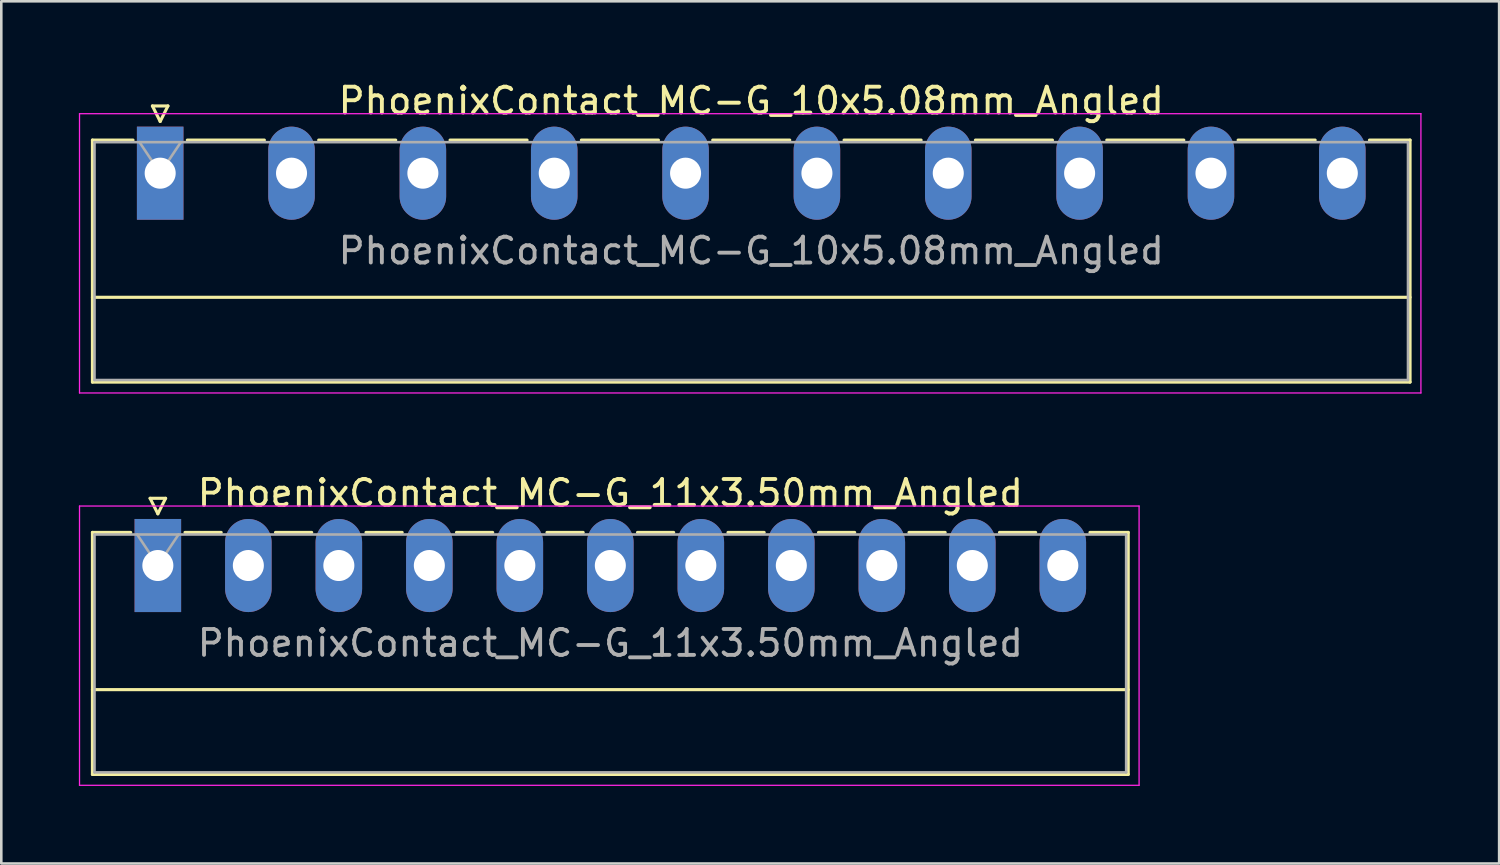
<source format=kicad_pcb>
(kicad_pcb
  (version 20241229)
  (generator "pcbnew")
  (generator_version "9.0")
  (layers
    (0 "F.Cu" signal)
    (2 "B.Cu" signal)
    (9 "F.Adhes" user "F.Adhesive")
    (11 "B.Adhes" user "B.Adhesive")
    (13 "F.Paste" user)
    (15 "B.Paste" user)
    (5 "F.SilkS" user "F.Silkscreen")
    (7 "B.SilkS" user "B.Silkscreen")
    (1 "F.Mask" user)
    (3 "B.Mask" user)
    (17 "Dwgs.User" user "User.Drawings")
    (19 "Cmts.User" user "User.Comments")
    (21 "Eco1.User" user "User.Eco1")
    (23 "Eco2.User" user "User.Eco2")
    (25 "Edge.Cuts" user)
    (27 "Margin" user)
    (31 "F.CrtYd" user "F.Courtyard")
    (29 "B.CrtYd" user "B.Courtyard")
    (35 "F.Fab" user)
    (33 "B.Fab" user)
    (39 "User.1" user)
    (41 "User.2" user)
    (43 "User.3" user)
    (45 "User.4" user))
  (footprint "PhoenixContact_MC-G_10x5.08mm_Angled"
    (layer "F.Cu")
    (at 3.145 3.648)
    (property "Reference" "PhoenixContact_MC-G_10x5.08mm_Angled" (at 22.86 -2.8 0) (layer "F.SilkS") (effects (font (size 1 1) (thickness 0.15))))
    (attr through_hole)
    (fp_line (start -2.62 -1.28) (end -2.62 8.08) (stroke (width 0.12) (type solid)) (layer "F.SilkS"))
    (fp_line (start -2.62 -1.28) (end -1.05 -1.28) (stroke (width 0.12) (type solid)) (layer "F.SilkS"))
    (fp_line (start -2.62 4.8) (end 48.34 4.8) (stroke (width 0.12) (type solid)) (layer "F.SilkS"))
    (fp_line (start -2.62 8.08) (end 48.34 8.08) (stroke (width 0.12) (type solid)) (layer "F.SilkS"))
    (fp_line (start -0.3 -2.6) (end 0.3 -2.6) (stroke (width 0.12) (type solid)) (layer "F.SilkS"))
    (fp_line (start 0 -2) (end -0.3 -2.6) (stroke (width 0.12) (type solid)) (layer "F.SilkS"))
    (fp_line (start 0.3 -2.6) (end 0 -2) (stroke (width 0.12) (type solid)) (layer "F.SilkS"))
    (fp_line (start 1.05 -1.28) (end 4.03 -1.28) (stroke (width 0.12) (type solid)) (layer "F.SilkS"))
    (fp_line (start 6.13 -1.28) (end 9.11 -1.28) (stroke (width 0.12) (type solid)) (layer "F.SilkS"))
    (fp_line (start 11.21 -1.28) (end 14.19 -1.28) (stroke (width 0.12) (type solid)) (layer "F.SilkS"))
    (fp_line (start 16.29 -1.28) (end 19.27 -1.28) (stroke (width 0.12) (type solid)) (layer "F.SilkS"))
    (fp_line (start 21.37 -1.28) (end 24.35 -1.28) (stroke (width 0.12) (type solid)) (layer "F.SilkS"))
    (fp_line (start 26.45 -1.28) (end 29.43 -1.28) (stroke (width 0.12) (type solid)) (layer "F.SilkS"))
    (fp_line (start 31.53 -1.28) (end 34.51 -1.28) (stroke (width 0.12) (type solid)) (layer "F.SilkS"))
    (fp_line (start 36.61 -1.28) (end 39.59 -1.28) (stroke (width 0.12) (type solid)) (layer "F.SilkS"))
    (fp_line (start 41.69 -1.28) (end 44.67 -1.28) (stroke (width 0.12) (type solid)) (layer "F.SilkS"))
    (fp_line (start 48.34 -1.28) (end 46.77 -1.28) (stroke (width 0.12) (type solid)) (layer "F.SilkS"))
    (fp_line (start 48.34 8.08) (end 48.34 -1.28) (stroke (width 0.12) (type solid)) (layer "F.SilkS"))
    (fp_line (start -3.12 -2.3) (end -3.12 8.5) (stroke (width 0.05) (type solid)) (layer "F.CrtYd"))
    (fp_line (start -3.12 8.5) (end 48.76 8.5) (stroke (width 0.05) (type solid)) (layer "F.CrtYd"))
    (fp_line (start 48.76 -2.3) (end -3.12 -2.3) (stroke (width 0.05) (type solid)) (layer "F.CrtYd"))
    (fp_line (start 48.76 8.5) (end 48.76 -2.3) (stroke (width 0.05) (type solid)) (layer "F.CrtYd"))
    (fp_line (start -2.54 -1.2) (end -2.54 8) (stroke (width 0.1) (type solid)) (layer "F.Fab"))
    (fp_line (start -2.54 8) (end 48.26 8) (stroke (width 0.1) (type solid)) (layer "F.Fab"))
    (fp_line (start 0 0) (end -0.8 -1.2) (stroke (width 0.1) (type solid)) (layer "F.Fab"))
    (fp_line (start 0.8 -1.2) (end 0 0) (stroke (width 0.1) (type solid)) (layer "F.Fab"))
    (fp_line (start 48.26 -1.2) (end -2.54 -1.2) (stroke (width 0.1) (type solid)) (layer "F.Fab"))
    (fp_line (start 48.26 8) (end 48.26 -1.2) (stroke (width 0.1) (type solid)) (layer "F.Fab"))
    (fp_text user "${REFERENCE}" (at 22.86 3 0) (layer "F.Fab") (effects (font (size 1 1) (thickness 0.15))))
    (pad "1" thru_hole rect (at 0 0) (size 1.8 3.6) (drill 1.2) (layers "*.Cu" "*.Mask"))
    (pad "2" thru_hole oval (at 5.08 0) (size 1.8 3.6) (drill 1.2) (layers "*.Cu" "*.Mask"))
    (pad "3" thru_hole oval (at 10.16 0) (size 1.8 3.6) (drill 1.2) (layers "*.Cu" "*.Mask"))
    (pad "4" thru_hole oval (at 15.24 0) (size 1.8 3.6) (drill 1.2) (layers "*.Cu" "*.Mask"))
    (pad "5" thru_hole oval (at 20.32 0) (size 1.8 3.6) (drill 1.2) (layers "*.Cu" "*.Mask"))
    (pad "6" thru_hole oval (at 25.4 0) (size 1.8 3.6) (drill 1.2) (layers "*.Cu" "*.Mask"))
    (pad "7" thru_hole oval (at 30.48 0) (size 1.8 3.6) (drill 1.2) (layers "*.Cu" "*.Mask"))
    (pad "8" thru_hole oval (at 35.56 0) (size 1.8 3.6) (drill 1.2) (layers "*.Cu" "*.Mask"))
    (pad "9" thru_hole oval (at 40.64 0) (size 1.8 3.6) (drill 1.2) (layers "*.Cu" "*.Mask"))
    (pad "10" thru_hole oval (at 45.72 0) (size 1.8 3.6) (drill 1.2) (layers "*.Cu" "*.Mask")))
  (footprint "PhoenixContact_MC-G_11x3.50mm_Angled"
    (layer "F.Cu")
    (at 3.055 18.822)
    (property "Reference" "PhoenixContact_MC-G_11x3.50mm_Angled" (at 17.5 -2.8 0) (layer "F.SilkS") (effects (font (size 1 1) (thickness 0.15))))
    (attr through_hole)
    (fp_line (start -2.53 -1.28) (end -2.53 8.08) (stroke (width 0.12) (type solid)) (layer "F.SilkS"))
    (fp_line (start -2.53 -1.28) (end -1.05 -1.28) (stroke (width 0.12) (type solid)) (layer "F.SilkS"))
    (fp_line (start -2.53 4.8) (end 37.53 4.8) (stroke (width 0.12) (type solid)) (layer "F.SilkS"))
    (fp_line (start -2.53 8.08) (end 37.53 8.08) (stroke (width 0.12) (type solid)) (layer "F.SilkS"))
    (fp_line (start -0.3 -2.6) (end 0.3 -2.6) (stroke (width 0.12) (type solid)) (layer "F.SilkS"))
    (fp_line (start 0 -2) (end -0.3 -2.6) (stroke (width 0.12) (type solid)) (layer "F.SilkS"))
    (fp_line (start 0.3 -2.6) (end 0 -2) (stroke (width 0.12) (type solid)) (layer "F.SilkS"))
    (fp_line (start 1.05 -1.28) (end 2.45 -1.28) (stroke (width 0.12) (type solid)) (layer "F.SilkS"))
    (fp_line (start 4.55 -1.28) (end 5.95 -1.28) (stroke (width 0.12) (type solid)) (layer "F.SilkS"))
    (fp_line (start 8.05 -1.28) (end 9.45 -1.28) (stroke (width 0.12) (type solid)) (layer "F.SilkS"))
    (fp_line (start 11.55 -1.28) (end 12.95 -1.28) (stroke (width 0.12) (type solid)) (layer "F.SilkS"))
    (fp_line (start 15.05 -1.28) (end 16.45 -1.28) (stroke (width 0.12) (type solid)) (layer "F.SilkS"))
    (fp_line (start 18.55 -1.28) (end 19.95 -1.28) (stroke (width 0.12) (type solid)) (layer "F.SilkS"))
    (fp_line (start 22.05 -1.28) (end 23.45 -1.28) (stroke (width 0.12) (type solid)) (layer "F.SilkS"))
    (fp_line (start 25.55 -1.28) (end 26.95 -1.28) (stroke (width 0.12) (type solid)) (layer "F.SilkS"))
    (fp_line (start 29.05 -1.28) (end 30.45 -1.28) (stroke (width 0.12) (type solid)) (layer "F.SilkS"))
    (fp_line (start 32.55 -1.28) (end 33.95 -1.28) (stroke (width 0.12) (type solid)) (layer "F.SilkS"))
    (fp_line (start 37.53 -1.28) (end 36.05 -1.28) (stroke (width 0.12) (type solid)) (layer "F.SilkS"))
    (fp_line (start 37.53 8.08) (end 37.53 -1.28) (stroke (width 0.12) (type solid)) (layer "F.SilkS"))
    (fp_line (start -3.03 -2.3) (end -3.03 8.5) (stroke (width 0.05) (type solid)) (layer "F.CrtYd"))
    (fp_line (start -3.03 8.5) (end 37.95 8.5) (stroke (width 0.05) (type solid)) (layer "F.CrtYd"))
    (fp_line (start 37.95 -2.3) (end -3.03 -2.3) (stroke (width 0.05) (type solid)) (layer "F.CrtYd"))
    (fp_line (start 37.95 8.5) (end 37.95 -2.3) (stroke (width 0.05) (type solid)) (layer "F.CrtYd"))
    (fp_line (start -2.45 -1.2) (end -2.45 8) (stroke (width 0.1) (type solid)) (layer "F.Fab"))
    (fp_line (start -2.45 8) (end 37.45 8) (stroke (width 0.1) (type solid)) (layer "F.Fab"))
    (fp_line (start 0 0) (end -0.8 -1.2) (stroke (width 0.1) (type solid)) (layer "F.Fab"))
    (fp_line (start 0.8 -1.2) (end 0 0) (stroke (width 0.1) (type solid)) (layer "F.Fab"))
    (fp_line (start 37.45 -1.2) (end -2.45 -1.2) (stroke (width 0.1) (type solid)) (layer "F.Fab"))
    (fp_line (start 37.45 8) (end 37.45 -1.2) (stroke (width 0.1) (type solid)) (layer "F.Fab"))
    (fp_text user "${REFERENCE}" (at 17.5 3 0) (layer "F.Fab") (effects (font (size 1 1) (thickness 0.15))))
    (pad "1" thru_hole rect (at 0 0) (size 1.8 3.6) (drill 1.2) (layers "*.Cu" "*.Mask"))
    (pad "2" thru_hole oval (at 3.5 0) (size 1.8 3.6) (drill 1.2) (layers "*.Cu" "*.Mask"))
    (pad "3" thru_hole oval (at 7 0) (size 1.8 3.6) (drill 1.2) (layers "*.Cu" "*.Mask"))
    (pad "4" thru_hole oval (at 10.5 0) (size 1.8 3.6) (drill 1.2) (layers "*.Cu" "*.Mask"))
    (pad "5" thru_hole oval (at 14 0) (size 1.8 3.6) (drill 1.2) (layers "*.Cu" "*.Mask"))
    (pad "6" thru_hole oval (at 17.5 0) (size 1.8 3.6) (drill 1.2) (layers "*.Cu" "*.Mask"))
    (pad "7" thru_hole oval (at 21 0) (size 1.8 3.6) (drill 1.2) (layers "*.Cu" "*.Mask"))
    (pad "8" thru_hole oval (at 24.5 0) (size 1.8 3.6) (drill 1.2) (layers "*.Cu" "*.Mask"))
    (pad "9" thru_hole oval (at 28 0) (size 1.8 3.6) (drill 1.2) (layers "*.Cu" "*.Mask"))
    (pad "10" thru_hole oval (at 31.5 0) (size 1.8 3.6) (drill 1.2) (layers "*.Cu" "*.Mask"))
    (pad "11" thru_hole oval (at 35 0) (size 1.8 3.6) (drill 1.2) (layers "*.Cu" "*.Mask")))
  (gr_rect
    (start -3 -3)
    (end 54.93 30.346)
    (stroke (width 0.1) (type default))
    (fill no)
    (layer "Edge.Cuts")))
</source>
